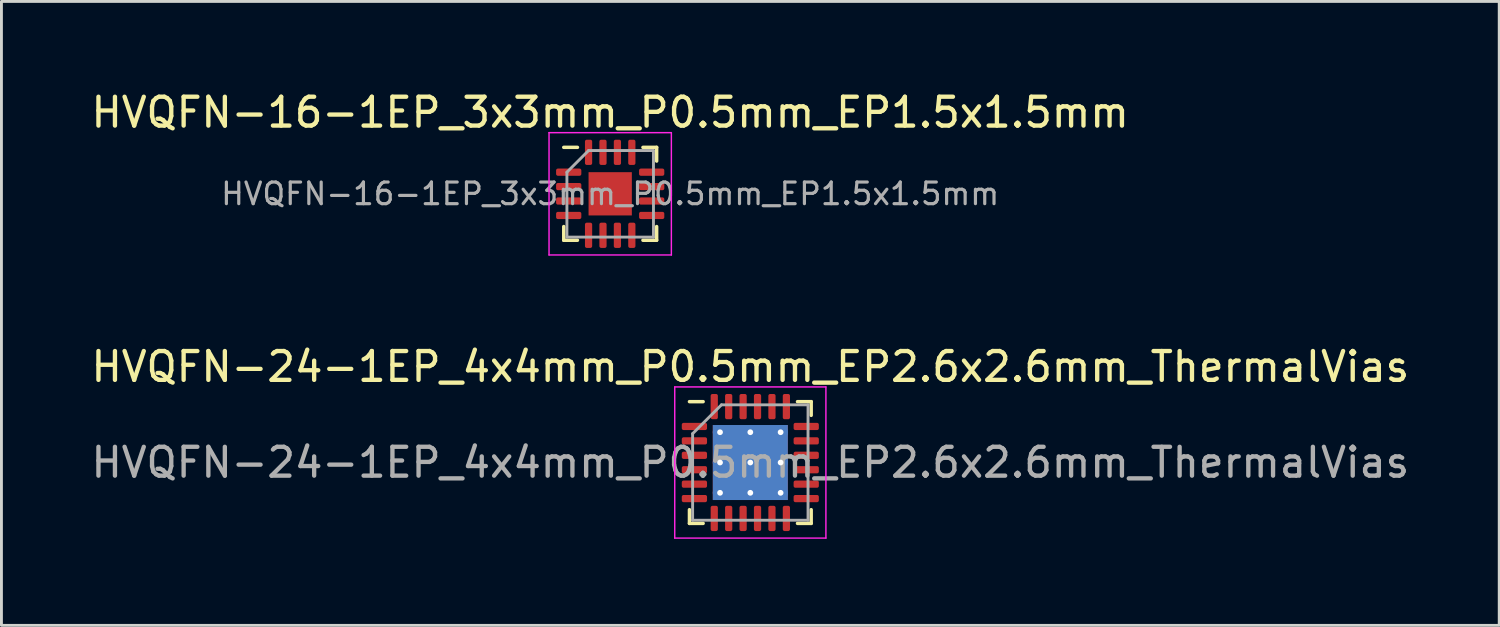
<source format=kicad_pcb>
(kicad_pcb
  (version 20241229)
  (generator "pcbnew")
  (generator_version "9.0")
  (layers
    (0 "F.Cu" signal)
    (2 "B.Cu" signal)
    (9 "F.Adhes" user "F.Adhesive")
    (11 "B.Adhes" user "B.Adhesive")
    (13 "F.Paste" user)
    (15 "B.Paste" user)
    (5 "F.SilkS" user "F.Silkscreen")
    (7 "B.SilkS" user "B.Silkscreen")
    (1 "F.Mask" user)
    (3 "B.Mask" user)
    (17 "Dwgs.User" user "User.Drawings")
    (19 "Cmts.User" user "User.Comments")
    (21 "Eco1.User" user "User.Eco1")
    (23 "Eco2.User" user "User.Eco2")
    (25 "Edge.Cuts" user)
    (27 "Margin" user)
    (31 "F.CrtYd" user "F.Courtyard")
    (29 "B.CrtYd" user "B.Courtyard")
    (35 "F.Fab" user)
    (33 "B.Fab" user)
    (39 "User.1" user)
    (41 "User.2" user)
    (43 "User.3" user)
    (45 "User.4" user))
  (footprint "HVQFN-24-1EP_4x4mm_P0.5mm_EP2.6x2.6mm_ThermalVias"
    (layer "F.Cu")
    (at 22.958 12.982)
    (property "Reference" "HVQFN-24-1EP_4x4mm_P0.5mm_EP2.6x2.6mm_ThermalVias" (at 0 -3.32 0) (layer "F.SilkS") (effects (font (size 1 1) (thickness 0.15))))
    (attr smd)
    (fp_line (start -2.11 2.11) (end -2.11 1.635) (stroke (width 0.12) (type solid)) (layer "F.SilkS"))
    (fp_line (start -1.635 -2.11) (end -2.11 -2.11) (stroke (width 0.12) (type solid)) (layer "F.SilkS"))
    (fp_line (start -1.635 2.11) (end -2.11 2.11) (stroke (width 0.12) (type solid)) (layer "F.SilkS"))
    (fp_line (start 1.635 -2.11) (end 2.11 -2.11) (stroke (width 0.12) (type solid)) (layer "F.SilkS"))
    (fp_line (start 1.635 2.11) (end 2.11 2.11) (stroke (width 0.12) (type solid)) (layer "F.SilkS"))
    (fp_line (start 2.11 -2.11) (end 2.11 -1.635) (stroke (width 0.12) (type solid)) (layer "F.SilkS"))
    (fp_line (start 2.11 2.11) (end 2.11 1.635) (stroke (width 0.12) (type solid)) (layer "F.SilkS"))
    (fp_line (start -2.62 -2.62) (end -2.62 2.62) (stroke (width 0.05) (type solid)) (layer "F.CrtYd"))
    (fp_line (start -2.62 2.62) (end 2.62 2.62) (stroke (width 0.05) (type solid)) (layer "F.CrtYd"))
    (fp_line (start 2.62 -2.62) (end -2.62 -2.62) (stroke (width 0.05) (type solid)) (layer "F.CrtYd"))
    (fp_line (start 2.62 2.62) (end 2.62 -2.62) (stroke (width 0.05) (type solid)) (layer "F.CrtYd"))
    (fp_line (start -2 -1) (end -1 -2) (stroke (width 0.1) (type solid)) (layer "F.Fab"))
    (fp_line (start -2 2) (end -2 -1) (stroke (width 0.1) (type solid)) (layer "F.Fab"))
    (fp_line (start -1 -2) (end 2 -2) (stroke (width 0.1) (type solid)) (layer "F.Fab"))
    (fp_line (start 2 -2) (end 2 2) (stroke (width 0.1) (type solid)) (layer "F.Fab"))
    (fp_line (start 2 2) (end -2 2) (stroke (width 0.1) (type solid)) (layer "F.Fab"))
    (fp_text user "${REFERENCE}" (at 0 0 0) (layer "F.Fab") (effects (font (size 1 1) (thickness 0.15))))
    (pad "" smd custom (at -0.525 -0.525) (size 0.825 0.825) (layers "F.Paste") (options (anchor circle)) (primitives (gr_poly (pts (xy -0.343 -0.227) (xy -0.227 -0.343) (xy 0.227 -0.343) (xy 0.343 -0.227) (xy 0.343 0.227) (xy 0.227 0.343) (xy -0.227 0.343) (xy -0.343 0.227)) (width 0.279) (fill yes))))
    (pad "" smd custom (at -0.525 0.525) (size 0.825 0.825) (layers "F.Paste") (options (anchor circle)) (primitives (gr_poly (pts (xy -0.343 -0.227) (xy -0.227 -0.343) (xy 0.227 -0.343) (xy 0.343 -0.227) (xy 0.343 0.227) (xy 0.227 0.343) (xy -0.227 0.343) (xy -0.343 0.227)) (width 0.279) (fill yes))))
    (pad "" smd custom (at 0.525 -0.525) (size 0.825 0.825) (layers "F.Paste") (options (anchor circle)) (primitives (gr_poly (pts (xy -0.343 -0.227) (xy -0.227 -0.343) (xy 0.227 -0.343) (xy 0.343 -0.227) (xy 0.343 0.227) (xy 0.227 0.343) (xy -0.227 0.343) (xy -0.343 0.227)) (width 0.279) (fill yes))))
    (pad "" smd custom (at 0.525 0.525) (size 0.825 0.825) (layers "F.Paste") (options (anchor circle)) (primitives (gr_poly (pts (xy -0.343 -0.227) (xy -0.227 -0.343) (xy 0.227 -0.343) (xy 0.343 -0.227) (xy 0.343 0.227) (xy 0.227 0.343) (xy -0.227 0.343) (xy -0.343 0.227)) (width 0.279) (fill yes))))
    (pad "1" smd roundrect (at -1.938 -1.25) (size 0.875 0.25) (layers "F.Cu" "F.Mask" "F.Paste") (roundrect_rratio 0.25))
    (pad "2" smd roundrect (at -1.938 -0.75) (size 0.875 0.25) (layers "F.Cu" "F.Mask" "F.Paste") (roundrect_rratio 0.25))
    (pad "3" smd roundrect (at -1.938 -0.25) (size 0.875 0.25) (layers "F.Cu" "F.Mask" "F.Paste") (roundrect_rratio 0.25))
    (pad "4" smd roundrect (at -1.938 0.25) (size 0.875 0.25) (layers "F.Cu" "F.Mask" "F.Paste") (roundrect_rratio 0.25))
    (pad "5" smd roundrect (at -1.938 0.75) (size 0.875 0.25) (layers "F.Cu" "F.Mask" "F.Paste") (roundrect_rratio 0.25))
    (pad "6" smd roundrect (at -1.938 1.25) (size 0.875 0.25) (layers "F.Cu" "F.Mask" "F.Paste") (roundrect_rratio 0.25))
    (pad "7" smd roundrect (at -1.25 1.938) (size 0.25 0.875) (layers "F.Cu" "F.Mask" "F.Paste") (roundrect_rratio 0.25))
    (pad "8" smd roundrect (at -0.75 1.938) (size 0.25 0.875) (layers "F.Cu" "F.Mask" "F.Paste") (roundrect_rratio 0.25))
    (pad "9" smd roundrect (at -0.25 1.938) (size 0.25 0.875) (layers "F.Cu" "F.Mask" "F.Paste") (roundrect_rratio 0.25))
    (pad "10" smd roundrect (at 0.25 1.938) (size 0.25 0.875) (layers "F.Cu" "F.Mask" "F.Paste") (roundrect_rratio 0.25))
    (pad "11" smd roundrect (at 0.75 1.938) (size 0.25 0.875) (layers "F.Cu" "F.Mask" "F.Paste") (roundrect_rratio 0.25))
    (pad "12" smd roundrect (at 1.25 1.938) (size 0.25 0.875) (layers "F.Cu" "F.Mask" "F.Paste") (roundrect_rratio 0.25))
    (pad "13" smd roundrect (at 1.938 1.25) (size 0.875 0.25) (layers "F.Cu" "F.Mask" "F.Paste") (roundrect_rratio 0.25))
    (pad "14" smd roundrect (at 1.938 0.75) (size 0.875 0.25) (layers "F.Cu" "F.Mask" "F.Paste") (roundrect_rratio 0.25))
    (pad "15" smd roundrect (at 1.938 0.25) (size 0.875 0.25) (layers "F.Cu" "F.Mask" "F.Paste") (roundrect_rratio 0.25))
    (pad "16" smd roundrect (at 1.938 -0.25) (size 0.875 0.25) (layers "F.Cu" "F.Mask" "F.Paste") (roundrect_rratio 0.25))
    (pad "17" smd roundrect (at 1.938 -0.75) (size 0.875 0.25) (layers "F.Cu" "F.Mask" "F.Paste") (roundrect_rratio 0.25))
    (pad "18" smd roundrect (at 1.938 -1.25) (size 0.875 0.25) (layers "F.Cu" "F.Mask" "F.Paste") (roundrect_rratio 0.25))
    (pad "19" smd roundrect (at 1.25 -1.938) (size 0.25 0.875) (layers "F.Cu" "F.Mask" "F.Paste") (roundrect_rratio 0.25))
    (pad "20" smd roundrect (at 0.75 -1.938) (size 0.25 0.875) (layers "F.Cu" "F.Mask" "F.Paste") (roundrect_rratio 0.25))
    (pad "21" smd roundrect (at 0.25 -1.938) (size 0.25 0.875) (layers "F.Cu" "F.Mask" "F.Paste") (roundrect_rratio 0.25))
    (pad "22" smd roundrect (at -0.25 -1.938) (size 0.25 0.875) (layers "F.Cu" "F.Mask" "F.Paste") (roundrect_rratio 0.25))
    (pad "23" smd roundrect (at -0.75 -1.938) (size 0.25 0.875) (layers "F.Cu" "F.Mask" "F.Paste") (roundrect_rratio 0.25))
    (pad "24" smd roundrect (at -1.25 -1.938) (size 0.25 0.875) (layers "F.Cu" "F.Mask" "F.Paste") (roundrect_rratio 0.25))
    (pad "25" thru_hole circle (at -1.05 -1.05) (size 0.5 0.5) (drill 0.2) (layers "*.Cu"))
    (pad "25" thru_hole circle (at -1.05 0) (size 0.5 0.5) (drill 0.2) (layers "*.Cu"))
    (pad "25" thru_hole circle (at -1.05 1.05) (size 0.5 0.5) (drill 0.2) (layers "*.Cu"))
    (pad "25" thru_hole circle (at 0 -1.05) (size 0.5 0.5) (drill 0.2) (layers "*.Cu"))
    (pad "25" thru_hole circle (at 0 0) (size 0.5 0.5) (drill 0.2) (layers "*.Cu"))
    (pad "25" smd rect (at 0 0) (size 2.6 2.6) (layers "F.Cu" "F.Mask"))
    (pad "25" smd rect (at 0 0) (size 2.6 2.6) (layers "B.Cu"))
    (pad "25" thru_hole circle (at 0 1.05) (size 0.5 0.5) (drill 0.2) (layers "*.Cu"))
    (pad "25" thru_hole circle (at 1.05 -1.05) (size 0.5 0.5) (drill 0.2) (layers "*.Cu"))
    (pad "25" thru_hole circle (at 1.05 0) (size 0.5 0.5) (drill 0.2) (layers "*.Cu"))
    (pad "25" thru_hole circle (at 1.05 1.05) (size 0.5 0.5) (drill 0.2) (layers "*.Cu")))
  (footprint "HVQFN-16-1EP_3x3mm_P0.5mm_EP1.5x1.5mm"
    (layer "F.Cu")
    (at 18.101 3.668)
    (property "Reference" "HVQFN-16-1EP_3x3mm_P0.5mm_EP1.5x1.5mm" (at 0 -2.82 0) (layer "F.SilkS") (effects (font (size 1 1) (thickness 0.15))))
    (attr smd)
    (fp_line (start -1.61 1.61) (end -1.61 1.135) (stroke (width 0.12) (type solid)) (layer "F.SilkS"))
    (fp_line (start -1.135 -1.61) (end -1.61 -1.61) (stroke (width 0.12) (type solid)) (layer "F.SilkS"))
    (fp_line (start -1.135 1.61) (end -1.61 1.61) (stroke (width 0.12) (type solid)) (layer "F.SilkS"))
    (fp_line (start 1.135 -1.61) (end 1.61 -1.61) (stroke (width 0.12) (type solid)) (layer "F.SilkS"))
    (fp_line (start 1.135 1.61) (end 1.61 1.61) (stroke (width 0.12) (type solid)) (layer "F.SilkS"))
    (fp_line (start 1.61 -1.61) (end 1.61 -1.135) (stroke (width 0.12) (type solid)) (layer "F.SilkS"))
    (fp_line (start 1.61 1.61) (end 1.61 1.135) (stroke (width 0.12) (type solid)) (layer "F.SilkS"))
    (fp_line (start -2.12 -2.12) (end -2.12 2.12) (stroke (width 0.05) (type solid)) (layer "F.CrtYd"))
    (fp_line (start -2.12 2.12) (end 2.12 2.12) (stroke (width 0.05) (type solid)) (layer "F.CrtYd"))
    (fp_line (start 2.12 -2.12) (end -2.12 -2.12) (stroke (width 0.05) (type solid)) (layer "F.CrtYd"))
    (fp_line (start 2.12 2.12) (end 2.12 -2.12) (stroke (width 0.05) (type solid)) (layer "F.CrtYd"))
    (fp_line (start -1.5 -0.75) (end -0.75 -1.5) (stroke (width 0.1) (type solid)) (layer "F.Fab"))
    (fp_line (start -1.5 1.5) (end -1.5 -0.75) (stroke (width 0.1) (type solid)) (layer "F.Fab"))
    (fp_line (start -0.75 -1.5) (end 1.5 -1.5) (stroke (width 0.1) (type solid)) (layer "F.Fab"))
    (fp_line (start 1.5 -1.5) (end 1.5 1.5) (stroke (width 0.1) (type solid)) (layer "F.Fab"))
    (fp_line (start 1.5 1.5) (end -1.5 1.5) (stroke (width 0.1) (type solid)) (layer "F.Fab"))
    (fp_text user "${REFERENCE}" (at 0 0 0) (layer "F.Fab") (effects (font (size 0.75 0.75) (thickness 0.11))))
    (pad "" smd roundrect (at -0.375 -0.375) (size 0.6 0.6) (layers "F.Paste") (roundrect_rratio 0.25))
    (pad "" smd roundrect (at -0.375 0.375) (size 0.6 0.6) (layers "F.Paste") (roundrect_rratio 0.25))
    (pad "" smd roundrect (at 0.375 -0.375) (size 0.6 0.6) (layers "F.Paste") (roundrect_rratio 0.25))
    (pad "" smd roundrect (at 0.375 0.375) (size 0.6 0.6) (layers "F.Paste") (roundrect_rratio 0.25))
    (pad "1" smd roundrect (at -1.438 -0.75) (size 0.875 0.25) (layers "F.Cu" "F.Mask" "F.Paste") (roundrect_rratio 0.25))
    (pad "2" smd roundrect (at -1.438 -0.25) (size 0.875 0.25) (layers "F.Cu" "F.Mask" "F.Paste") (roundrect_rratio 0.25))
    (pad "3" smd roundrect (at -1.438 0.25) (size 0.875 0.25) (layers "F.Cu" "F.Mask" "F.Paste") (roundrect_rratio 0.25))
    (pad "4" smd roundrect (at -1.438 0.75) (size 0.875 0.25) (layers "F.Cu" "F.Mask" "F.Paste") (roundrect_rratio 0.25))
    (pad "5" smd roundrect (at -0.75 1.438) (size 0.25 0.875) (layers "F.Cu" "F.Mask" "F.Paste") (roundrect_rratio 0.25))
    (pad "6" smd roundrect (at -0.25 1.438) (size 0.25 0.875) (layers "F.Cu" "F.Mask" "F.Paste") (roundrect_rratio 0.25))
    (pad "7" smd roundrect (at 0.25 1.438) (size 0.25 0.875) (layers "F.Cu" "F.Mask" "F.Paste") (roundrect_rratio 0.25))
    (pad "8" smd roundrect (at 0.75 1.438) (size 0.25 0.875) (layers "F.Cu" "F.Mask" "F.Paste") (roundrect_rratio 0.25))
    (pad "9" smd roundrect (at 1.438 0.75) (size 0.875 0.25) (layers "F.Cu" "F.Mask" "F.Paste") (roundrect_rratio 0.25))
    (pad "10" smd roundrect (at 1.438 0.25) (size 0.875 0.25) (layers "F.Cu" "F.Mask" "F.Paste") (roundrect_rratio 0.25))
    (pad "11" smd roundrect (at 1.438 -0.25) (size 0.875 0.25) (layers "F.Cu" "F.Mask" "F.Paste") (roundrect_rratio 0.25))
    (pad "12" smd roundrect (at 1.438 -0.75) (size 0.875 0.25) (layers "F.Cu" "F.Mask" "F.Paste") (roundrect_rratio 0.25))
    (pad "13" smd roundrect (at 0.75 -1.438) (size 0.25 0.875) (layers "F.Cu" "F.Mask" "F.Paste") (roundrect_rratio 0.25))
    (pad "14" smd roundrect (at 0.25 -1.438) (size 0.25 0.875) (layers "F.Cu" "F.Mask" "F.Paste") (roundrect_rratio 0.25))
    (pad "15" smd roundrect (at -0.25 -1.438) (size 0.25 0.875) (layers "F.Cu" "F.Mask" "F.Paste") (roundrect_rratio 0.25))
    (pad "16" smd roundrect (at -0.75 -1.438) (size 0.25 0.875) (layers "F.Cu" "F.Mask" "F.Paste") (roundrect_rratio 0.25))
    (pad "17" smd rect (at 0 0) (size 1.5 1.5) (layers "F.Cu" "F.Mask")))
  (gr_rect
    (start -3 -3)
    (end 48.917 18.627)
    (stroke (width 0.1) (type default))
    (fill no)
    (layer "Edge.Cuts")))
</source>
